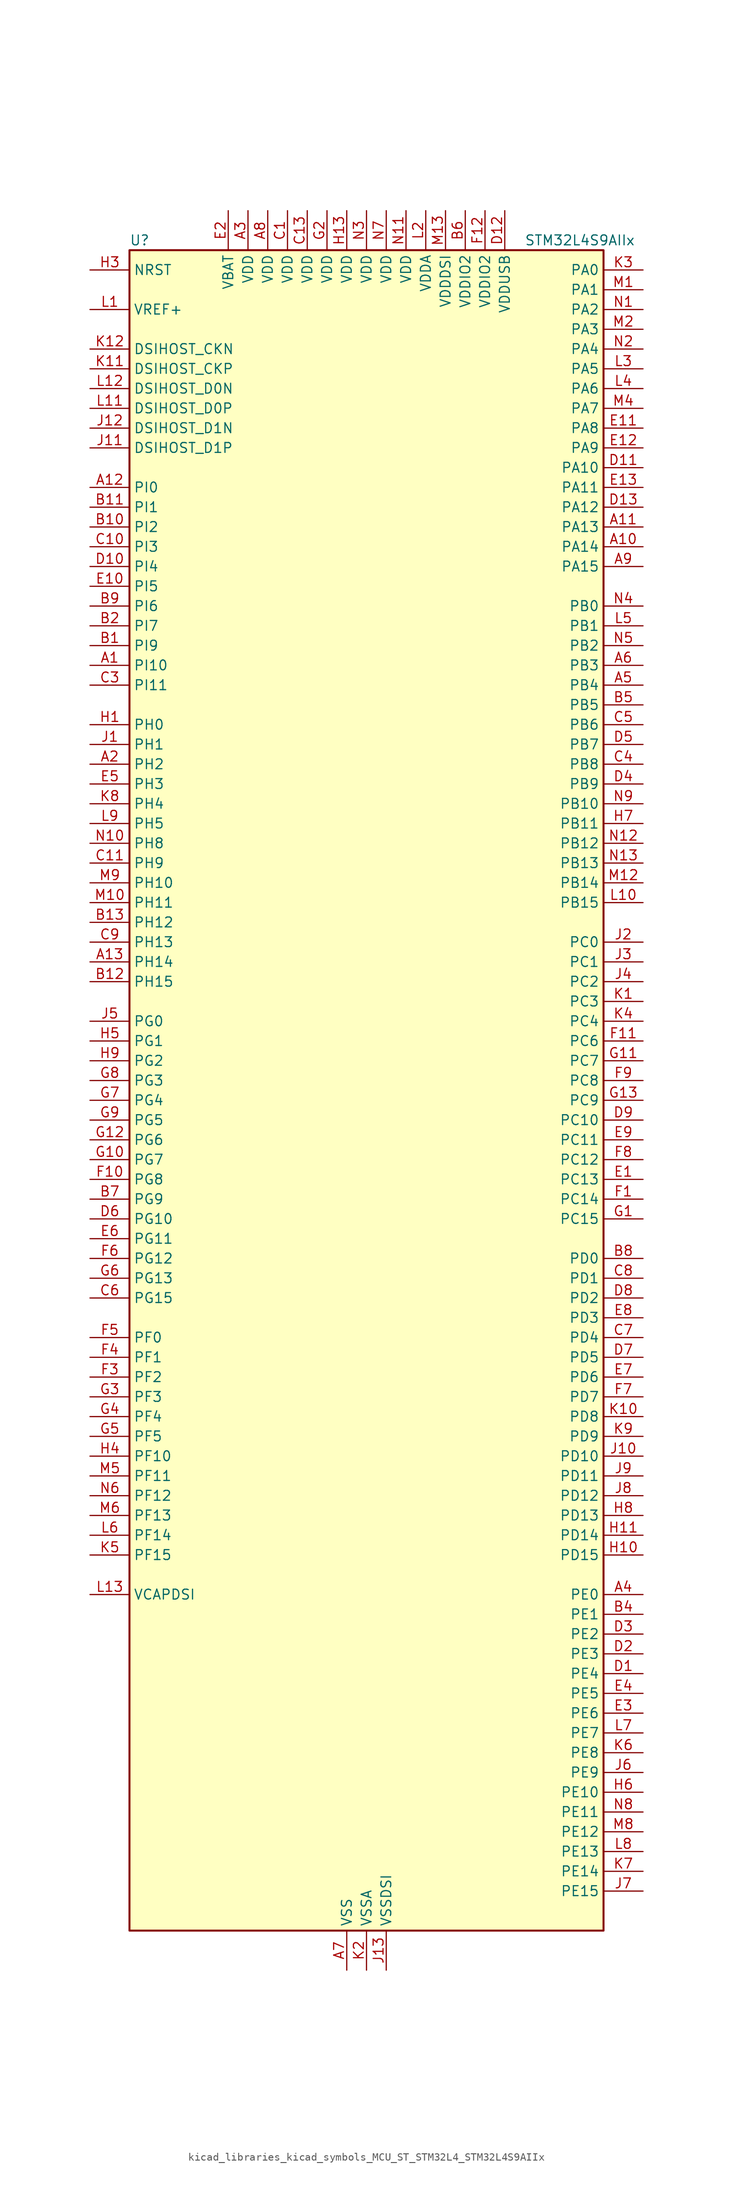
<source format=kicad_sym>
(kicad_symbol_lib
  (version 20220914)
  (generator kicad_symbol_editor)
  (symbol "kicad_libraries_kicad_symbols_MCU_ST_STM32L4_STM32L4S9AIIx"
    (property "Reference" "U"
      (at -30.48 110.49 0)
      (effects (font (size 1.27 1.27)) (justify left)))
    (property "Value" "STM32L4S9AIIx"
      (at 20.32 110.49 0)
      (effects (font (size 1.27 1.27)) (justify left)))
    (property "ki_locked" ""
      (at 0 0 0)
      (effects (font (size 1.27 1.27))))
    (symbol "kicad_libraries_kicad_symbols_MCU_ST_STM32L4_STM32L4S9AIIx_0_1"
      (rectangle (start -30.48 -106.68) (end 30.48 109.22) (stroke (width 0.254) (type default)) (fill (type background))))
    (symbol "kicad_libraries_kicad_symbols_MCU_ST_STM32L4_STM32L4S9AIIx_1_1"
      (pin bidirectional line (at -35.56 55.88 0) (length 5.08) (name "PI10" (effects (font (size 1.27 1.27)))) (number "A1" (effects (font (size 1.27 1.27)))) (alternate "OCTOSPIM_P2_IO1" bidirectional line))
      (pin bidirectional line (at 35.56 71.12 180) (length 5.08) (name "PA14" (effects (font (size 1.27 1.27)))) (number "A10" (effects (font (size 1.27 1.27)))) (alternate "I2C1_SMBA" bidirectional line) (alternate "I2C4_SMBA" bidirectional line) (alternate "LPTIM1_OUT" bidirectional line) (alternate "SAI1_FS_B" bidirectional line) (alternate "SYS_JTCK-SWCLK" bidirectional line) (alternate "USB_OTG_FS_SOF" bidirectional line))
      (pin bidirectional line (at 35.56 73.66 180) (length 5.08) (name "PA13" (effects (font (size 1.27 1.27)))) (number "A11" (effects (font (size 1.27 1.27)))) (alternate "IR_OUT" bidirectional line) (alternate "SAI1_SD_B" bidirectional line) (alternate "SYS_JTMS-SWDIO" bidirectional line) (alternate "USB_OTG_FS_NOE" bidirectional line))
      (pin bidirectional line (at -35.56 78.74 0) (length 5.08) (name "PI0" (effects (font (size 1.27 1.27)))) (number "A12" (effects (font (size 1.27 1.27)))) (alternate "DCMI_D13" bidirectional line) (alternate "OCTOSPIM_P1_IO5" bidirectional line) (alternate "SPI2_NSS" bidirectional line) (alternate "TIM5_CH4" bidirectional line))
      (pin bidirectional line (at -35.56 17.78 0) (length 5.08) (name "PH14" (effects (font (size 1.27 1.27)))) (number "A13" (effects (font (size 1.27 1.27)))) (alternate "DCMI_D4" bidirectional line) (alternate "TIM8_CH2N" bidirectional line))
      (pin bidirectional line (at -35.56 43.18 0) (length 5.08) (name "PH2" (effects (font (size 1.27 1.27)))) (number "A2" (effects (font (size 1.27 1.27)))) (alternate "OCTOSPIM_P1_IO4" bidirectional line))
      (pin power_in line (at -15.24 114.3 270) (length 5.08) (name "VDD" (effects (font (size 1.27 1.27)))) (number "A3" (effects (font (size 1.27 1.27)))))
      (pin bidirectional line (at 35.56 -63.5 180) (length 5.08) (name "PE0" (effects (font (size 1.27 1.27)))) (number "A4" (effects (font (size 1.27 1.27)))) (alternate "DCMI_D2" bidirectional line) (alternate "FMC_NBL0" bidirectional line) (alternate "LTDC_HSYNC" bidirectional line) (alternate "TIM16_CH1" bidirectional line) (alternate "TIM4_ETR" bidirectional line))
      (pin bidirectional line (at 35.56 53.34 180) (length 5.08) (name "PB4" (effects (font (size 1.27 1.27)))) (number "A5" (effects (font (size 1.27 1.27)))) (alternate "COMP2_INP" bidirectional line) (alternate "DCMI_D12" bidirectional line) (alternate "I2C3_SDA" bidirectional line) (alternate "SAI1_MCLK_B" bidirectional line) (alternate "SPI1_MISO" bidirectional line) (alternate "SPI3_MISO" bidirectional line) (alternate "SYS_JTRST" bidirectional line) (alternate "TIM17_BKIN" bidirectional line) (alternate "TIM3_CH1" bidirectional line) (alternate "TSC_G2_IO1" bidirectional line) (alternate "UART5_DE" bidirectional line) (alternate "UART5_RTS" bidirectional line) (alternate "USART1_CTS" bidirectional line) (alternate "USART1_NSS" bidirectional line))
      (pin bidirectional line (at 35.56 55.88 180) (length 5.08) (name "PB3" (effects (font (size 1.27 1.27)))) (number "A6" (effects (font (size 1.27 1.27)))) (alternate "COMP2_INM" bidirectional line) (alternate "CRS_SYNC" bidirectional line) (alternate "SAI1_SCK_B" bidirectional line) (alternate "SPI1_SCK" bidirectional line) (alternate "SPI3_SCK" bidirectional line) (alternate "SYS_JTDO-SWO" bidirectional line) (alternate "TIM2_CH2" bidirectional line) (alternate "USART1_DE" bidirectional line) (alternate "USART1_RTS" bidirectional line))
      (pin power_in line (at -2.54 -111.76 90) (length 5.08) (name "VSS" (effects (font (size 1.27 1.27)))) (number "A7" (effects (font (size 1.27 1.27)))))
      (pin power_in line (at -12.7 114.3 270) (length 5.08) (name "VDD" (effects (font (size 1.27 1.27)))) (number "A8" (effects (font (size 1.27 1.27)))))
      (pin bidirectional line (at 35.56 68.58 180) (length 5.08) (name "PA15" (effects (font (size 1.27 1.27)))) (number "A9" (effects (font (size 1.27 1.27)))) (alternate "ADC1_EXTI15" bidirectional line) (alternate "SAI2_FS_B" bidirectional line) (alternate "SPI1_NSS" bidirectional line) (alternate "SPI3_NSS" bidirectional line) (alternate "SYS_JTDI" bidirectional line) (alternate "TIM2_CH1" bidirectional line) (alternate "TIM2_ETR" bidirectional line) (alternate "TSC_G3_IO1" bidirectional line) (alternate "UART4_DE" bidirectional line) (alternate "UART4_RTS" bidirectional line) (alternate "USART2_RX" bidirectional line) (alternate "USART3_DE" bidirectional line) (alternate "USART3_RTS" bidirectional line))
      (pin bidirectional line (at -35.56 58.42 0) (length 5.08) (name "PI9" (effects (font (size 1.27 1.27)))) (number "B1" (effects (font (size 1.27 1.27)))) (alternate "CAN1_RX" bidirectional line) (alternate "DAC1_EXTI9" bidirectional line) (alternate "OCTOSPIM_P2_IO2" bidirectional line))
      (pin bidirectional line (at -35.56 73.66 0) (length 5.08) (name "PI2" (effects (font (size 1.27 1.27)))) (number "B10" (effects (font (size 1.27 1.27)))) (alternate "DCMI_D9" bidirectional line) (alternate "SPI2_MISO" bidirectional line) (alternate "TIM8_CH4" bidirectional line))
      (pin bidirectional line (at -35.56 76.2 0) (length 5.08) (name "PI1" (effects (font (size 1.27 1.27)))) (number "B11" (effects (font (size 1.27 1.27)))) (alternate "DCMI_D8" bidirectional line) (alternate "SPI2_SCK" bidirectional line))
      (pin bidirectional line (at -35.56 15.24 0) (length 5.08) (name "PH15" (effects (font (size 1.27 1.27)))) (number "B12" (effects (font (size 1.27 1.27)))) (alternate "ADC1_EXTI15" bidirectional line) (alternate "DCMI_D11" bidirectional line) (alternate "OCTOSPIM_P2_IO6" bidirectional line) (alternate "TIM8_CH3N" bidirectional line))
      (pin bidirectional line (at -35.56 22.86 0) (length 5.08) (name "PH12" (effects (font (size 1.27 1.27)))) (number "B13" (effects (font (size 1.27 1.27)))) (alternate "DCMI_D3" bidirectional line) (alternate "OCTOSPIM_P2_IO7" bidirectional line) (alternate "TIM5_CH3" bidirectional line))
      (pin bidirectional line (at -35.56 60.96 0) (length 5.08) (name "PI7" (effects (font (size 1.27 1.27)))) (number "B2" (effects (font (size 1.27 1.27)))) (alternate "DCMI_D7" bidirectional line) (alternate "TIM8_CH3" bidirectional line))
      (pin passive line (at -2.54 -111.76 90) (length 5.08) hide (name "VSS" (effects (font (size 1.27 1.27)))) (number "B3" (effects (font (size 1.27 1.27)))))
      (pin bidirectional line (at 35.56 -66.04 180) (length 5.08) (name "PE1" (effects (font (size 1.27 1.27)))) (number "B4" (effects (font (size 1.27 1.27)))) (alternate "DCMI_D3" bidirectional line) (alternate "FMC_NBL1" bidirectional line) (alternate "LTDC_VSYNC" bidirectional line) (alternate "TIM17_CH1" bidirectional line))
      (pin bidirectional line (at 35.56 50.8 180) (length 5.08) (name "PB5" (effects (font (size 1.27 1.27)))) (number "B5" (effects (font (size 1.27 1.27)))) (alternate "COMP2_OUT" bidirectional line) (alternate "DCMI_D10" bidirectional line) (alternate "I2C1_SMBA" bidirectional line) (alternate "LPTIM1_IN1" bidirectional line) (alternate "SAI1_SD_B" bidirectional line) (alternate "SPI1_MOSI" bidirectional line) (alternate "SPI3_MOSI" bidirectional line) (alternate "TIM16_BKIN" bidirectional line) (alternate "TIM3_CH2" bidirectional line) (alternate "TSC_G2_IO2" bidirectional line) (alternate "UART5_CTS" bidirectional line) (alternate "USART1_CK" bidirectional line))
      (pin power_in line (at 12.7 114.3 270) (length 5.08) (name "VDDIO2" (effects (font (size 1.27 1.27)))) (number "B6" (effects (font (size 1.27 1.27)))))
      (pin bidirectional line (at -35.56 -12.7 0) (length 5.08) (name "PG9" (effects (font (size 1.27 1.27)))) (number "B7" (effects (font (size 1.27 1.27)))) (alternate "DAC1_EXTI9" bidirectional line) (alternate "FMC_NCE" bidirectional line) (alternate "FMC_NE2" bidirectional line) (alternate "OCTOSPIM_P2_IO6" bidirectional line) (alternate "SAI2_SCK_A" bidirectional line) (alternate "SPI3_SCK" bidirectional line) (alternate "TIM15_CH1N" bidirectional line) (alternate "USART1_TX" bidirectional line))
      (pin bidirectional line (at 35.56 -20.32 180) (length 5.08) (name "PD0" (effects (font (size 1.27 1.27)))) (number "B8" (effects (font (size 1.27 1.27)))) (alternate "CAN1_RX" bidirectional line) (alternate "DFSDM1_DATIN7" bidirectional line) (alternate "FMC_D2" bidirectional line) (alternate "FMC_DA2" bidirectional line) (alternate "LTDC_B4" bidirectional line) (alternate "SPI2_NSS" bidirectional line))
      (pin bidirectional line (at -35.56 63.5 0) (length 5.08) (name "PI6" (effects (font (size 1.27 1.27)))) (number "B9" (effects (font (size 1.27 1.27)))) (alternate "DCMI_D6" bidirectional line) (alternate "OCTOSPIM_P2_CLK" bidirectional line) (alternate "TIM8_CH2" bidirectional line))
      (pin power_in line (at -10.16 114.3 270) (length 5.08) (name "VDD" (effects (font (size 1.27 1.27)))) (number "C1" (effects (font (size 1.27 1.27)))))
      (pin bidirectional line (at -35.56 71.12 0) (length 5.08) (name "PI3" (effects (font (size 1.27 1.27)))) (number "C10" (effects (font (size 1.27 1.27)))) (alternate "DCMI_D10" bidirectional line) (alternate "SPI2_MOSI" bidirectional line) (alternate "TIM8_ETR" bidirectional line))
      (pin bidirectional line (at -35.56 30.48 0) (length 5.08) (name "PH9" (effects (font (size 1.27 1.27)))) (number "C11" (effects (font (size 1.27 1.27)))) (alternate "DAC1_EXTI9" bidirectional line) (alternate "DCMI_D0" bidirectional line) (alternate "I2C3_SMBA" bidirectional line) (alternate "OCTOSPIM_P2_IO4" bidirectional line))
      (pin passive line (at -2.54 -111.76 90) (length 5.08) hide (name "VSS" (effects (font (size 1.27 1.27)))) (number "C12" (effects (font (size 1.27 1.27)))))
      (pin power_in line (at -7.62 114.3 270) (length 5.08) (name "VDD" (effects (font (size 1.27 1.27)))) (number "C13" (effects (font (size 1.27 1.27)))))
      (pin passive line (at -2.54 -111.76 90) (length 5.08) hide (name "VSS" (effects (font (size 1.27 1.27)))) (number "C2" (effects (font (size 1.27 1.27)))))
      (pin bidirectional line (at -35.56 53.34 0) (length 5.08) (name "PI11" (effects (font (size 1.27 1.27)))) (number "C3" (effects (font (size 1.27 1.27)))) (alternate "ADC1_EXTI11" bidirectional line) (alternate "OCTOSPIM_P2_IO0" bidirectional line))
      (pin bidirectional line (at 35.56 43.18 180) (length 5.08) (name "PB8" (effects (font (size 1.27 1.27)))) (number "C4" (effects (font (size 1.27 1.27)))) (alternate "CAN1_RX" bidirectional line) (alternate "DCMI_D6" bidirectional line) (alternate "DFSDM1_CKOUT" bidirectional line) (alternate "DFSDM1_DATIN6" bidirectional line) (alternate "I2C1_SCL" bidirectional line) (alternate "LTDC_B1" bidirectional line) (alternate "SAI1_CK1" bidirectional line) (alternate "SAI1_MCLK_A" bidirectional line) (alternate "SDMMC1_CKIN" bidirectional line) (alternate "SDMMC1_D4" bidirectional line) (alternate "TIM16_CH1" bidirectional line) (alternate "TIM4_CH3" bidirectional line))
      (pin bidirectional line (at 35.56 48.26 180) (length 5.08) (name "PB6" (effects (font (size 1.27 1.27)))) (number "C5" (effects (font (size 1.27 1.27)))) (alternate "COMP2_INP" bidirectional line) (alternate "DCMI_D5" bidirectional line) (alternate "DFSDM1_DATIN5" bidirectional line) (alternate "I2C1_SCL" bidirectional line) (alternate "I2C4_SCL" bidirectional line) (alternate "LPTIM1_ETR" bidirectional line) (alternate "SAI1_FS_B" bidirectional line) (alternate "TIM16_CH1N" bidirectional line) (alternate "TIM4_CH1" bidirectional line) (alternate "TIM8_BKIN2" bidirectional line) (alternate "TSC_G2_IO3" bidirectional line) (alternate "USART1_TX" bidirectional line))
      (pin bidirectional line (at -35.56 -25.4 0) (length 5.08) (name "PG15" (effects (font (size 1.27 1.27)))) (number "C6" (effects (font (size 1.27 1.27)))) (alternate "ADC1_EXTI15" bidirectional line) (alternate "DCMI_D13" bidirectional line) (alternate "I2C1_SMBA" bidirectional line) (alternate "LPTIM1_OUT" bidirectional line) (alternate "OCTOSPIM_P2_DQS" bidirectional line))
      (pin bidirectional line (at 35.56 -30.48 180) (length 5.08) (name "PD4" (effects (font (size 1.27 1.27)))) (number "C7" (effects (font (size 1.27 1.27)))) (alternate "DFSDM1_CKIN0" bidirectional line) (alternate "FMC_NOE" bidirectional line) (alternate "OCTOSPIM_P1_IO4" bidirectional line) (alternate "SPI2_MOSI" bidirectional line) (alternate "USART2_DE" bidirectional line) (alternate "USART2_RTS" bidirectional line))
      (pin bidirectional line (at 35.56 -22.86 180) (length 5.08) (name "PD1" (effects (font (size 1.27 1.27)))) (number "C8" (effects (font (size 1.27 1.27)))) (alternate "CAN1_TX" bidirectional line) (alternate "DFSDM1_CKIN7" bidirectional line) (alternate "FMC_D3" bidirectional line) (alternate "FMC_DA3" bidirectional line) (alternate "LTDC_B5" bidirectional line) (alternate "SPI2_SCK" bidirectional line))
      (pin bidirectional line (at -35.56 20.32 0) (length 5.08) (name "PH13" (effects (font (size 1.27 1.27)))) (number "C9" (effects (font (size 1.27 1.27)))) (alternate "CAN1_TX" bidirectional line) (alternate "TIM8_CH1N" bidirectional line))
      (pin bidirectional line (at 35.56 -73.66 180) (length 5.08) (name "PE4" (effects (font (size 1.27 1.27)))) (number "D1" (effects (font (size 1.27 1.27)))) (alternate "DCMI_D4" bidirectional line) (alternate "DFSDM1_DATIN3" bidirectional line) (alternate "FMC_A20" bidirectional line) (alternate "LTDC_B0" bidirectional line) (alternate "SAI1_D2" bidirectional line) (alternate "SAI1_FS_A" bidirectional line) (alternate "SYS_TRACED1" bidirectional line) (alternate "TIM3_CH2" bidirectional line) (alternate "TSC_G7_IO3" bidirectional line))
      (pin bidirectional line (at -35.56 68.58 0) (length 5.08) (name "PI4" (effects (font (size 1.27 1.27)))) (number "D10" (effects (font (size 1.27 1.27)))) (alternate "DCMI_D5" bidirectional line) (alternate "TIM8_BKIN" bidirectional line))
      (pin bidirectional line (at 35.56 81.28 180) (length 5.08) (name "PA10" (effects (font (size 1.27 1.27)))) (number "D11" (effects (font (size 1.27 1.27)))) (alternate "DCMI_D1" bidirectional line) (alternate "SAI1_D1" bidirectional line) (alternate "SAI1_SD_A" bidirectional line) (alternate "TIM17_BKIN" bidirectional line) (alternate "TIM1_CH3" bidirectional line) (alternate "USART1_RX" bidirectional line) (alternate "USB_OTG_FS_ID" bidirectional line))
      (pin power_in line (at 17.78 114.3 270) (length 5.08) (name "VDDUSB" (effects (font (size 1.27 1.27)))) (number "D12" (effects (font (size 1.27 1.27)))))
      (pin bidirectional line (at 35.56 76.2 180) (length 5.08) (name "PA12" (effects (font (size 1.27 1.27)))) (number "D13" (effects (font (size 1.27 1.27)))) (alternate "CAN1_TX" bidirectional line) (alternate "SPI1_MOSI" bidirectional line) (alternate "TIM1_ETR" bidirectional line) (alternate "USART1_DE" bidirectional line) (alternate "USART1_RTS" bidirectional line) (alternate "USB_OTG_FS_DP" bidirectional line))
      (pin bidirectional line (at 35.56 -71.12 180) (length 5.08) (name "PE3" (effects (font (size 1.27 1.27)))) (number "D2" (effects (font (size 1.27 1.27)))) (alternate "FMC_A19" bidirectional line) (alternate "LTDC_R1" bidirectional line) (alternate "OCTOSPIM_P1_DQS" bidirectional line) (alternate "SAI1_SD_B" bidirectional line) (alternate "SYS_TRACED0" bidirectional line) (alternate "TIM3_CH1" bidirectional line) (alternate "TSC_G7_IO2" bidirectional line))
      (pin bidirectional line (at 35.56 -68.58 180) (length 5.08) (name "PE2" (effects (font (size 1.27 1.27)))) (number "D3" (effects (font (size 1.27 1.27)))) (alternate "FMC_A23" bidirectional line) (alternate "LTDC_R0" bidirectional line) (alternate "SAI1_CK1" bidirectional line) (alternate "SAI1_MCLK_A" bidirectional line) (alternate "SYS_TRACECLK" bidirectional line) (alternate "TIM3_ETR" bidirectional line) (alternate "TSC_G7_IO1" bidirectional line))
      (pin bidirectional line (at 35.56 40.64 180) (length 5.08) (name "PB9" (effects (font (size 1.27 1.27)))) (number "D4" (effects (font (size 1.27 1.27)))) (alternate "CAN1_TX" bidirectional line) (alternate "DAC1_EXTI9" bidirectional line) (alternate "DCMI_D7" bidirectional line) (alternate "DFSDM1_CKIN6" bidirectional line) (alternate "I2C1_SDA" bidirectional line) (alternate "IR_OUT" bidirectional line) (alternate "SAI1_D2" bidirectional line) (alternate "SAI1_FS_A" bidirectional line) (alternate "SDMMC1_CDIR" bidirectional line) (alternate "SDMMC1_D5" bidirectional line) (alternate "SPI2_NSS" bidirectional line) (alternate "TIM17_CH1" bidirectional line) (alternate "TIM4_CH4" bidirectional line))
      (pin bidirectional line (at 35.56 45.72 180) (length 5.08) (name "PB7" (effects (font (size 1.27 1.27)))) (number "D5" (effects (font (size 1.27 1.27)))) (alternate "COMP2_INM" bidirectional line) (alternate "DCMI_VSYNC" bidirectional line) (alternate "DFSDM1_CKIN5" bidirectional line) (alternate "DSIHOST_TE" bidirectional line) (alternate "FMC_NL" bidirectional line) (alternate "I2C1_SDA" bidirectional line) (alternate "I2C4_SDA" bidirectional line) (alternate "LPTIM1_IN2" bidirectional line) (alternate "SYS_PVD_IN" bidirectional line) (alternate "TIM17_CH1N" bidirectional line) (alternate "TIM4_CH2" bidirectional line) (alternate "TIM8_BKIN" bidirectional line) (alternate "TSC_G2_IO4" bidirectional line) (alternate "UART4_CTS" bidirectional line) (alternate "USART1_RX" bidirectional line))
      (pin bidirectional line (at -35.56 -15.24 0) (length 5.08) (name "PG10" (effects (font (size 1.27 1.27)))) (number "D6" (effects (font (size 1.27 1.27)))) (alternate "FMC_NE3" bidirectional line) (alternate "LPTIM1_IN1" bidirectional line) (alternate "OCTOSPIM_P2_IO7" bidirectional line) (alternate "SAI2_FS_A" bidirectional line) (alternate "SPI3_MISO" bidirectional line) (alternate "TIM15_CH1" bidirectional line) (alternate "USART1_RX" bidirectional line))
      (pin bidirectional line (at 35.56 -33.02 180) (length 5.08) (name "PD5" (effects (font (size 1.27 1.27)))) (number "D7" (effects (font (size 1.27 1.27)))) (alternate "FMC_NWE" bidirectional line) (alternate "OCTOSPIM_P1_IO5" bidirectional line) (alternate "USART2_TX" bidirectional line))
      (pin bidirectional line (at 35.56 -25.4 180) (length 5.08) (name "PD2" (effects (font (size 1.27 1.27)))) (number "D8" (effects (font (size 1.27 1.27)))) (alternate "DCMI_D11" bidirectional line) (alternate "SDMMC1_CMD" bidirectional line) (alternate "SYS_TRACED2" bidirectional line) (alternate "TIM3_ETR" bidirectional line) (alternate "TSC_SYNC" bidirectional line) (alternate "UART5_RX" bidirectional line) (alternate "USART3_DE" bidirectional line) (alternate "USART3_RTS" bidirectional line))
      (pin bidirectional line (at 35.56 -2.54 180) (length 5.08) (name "PC10" (effects (font (size 1.27 1.27)))) (number "D9" (effects (font (size 1.27 1.27)))) (alternate "DCMI_D8" bidirectional line) (alternate "SAI2_SCK_B" bidirectional line) (alternate "SDMMC1_D2" bidirectional line) (alternate "SPI3_SCK" bidirectional line) (alternate "SYS_TRACED1" bidirectional line) (alternate "TSC_G3_IO2" bidirectional line) (alternate "UART4_TX" bidirectional line) (alternate "USART3_TX" bidirectional line))
      (pin bidirectional line (at 35.56 -10.16 180) (length 5.08) (name "PC13" (effects (font (size 1.27 1.27)))) (number "E1" (effects (font (size 1.27 1.27)))) (alternate "RTC_OUT_ALARM" bidirectional line) (alternate "RTC_OUT_CALIB" bidirectional line) (alternate "RTC_TAMP1" bidirectional line) (alternate "RTC_TS" bidirectional line) (alternate "SYS_WKUP2" bidirectional line))
      (pin bidirectional line (at -35.56 66.04 0) (length 5.08) (name "PI5" (effects (font (size 1.27 1.27)))) (number "E10" (effects (font (size 1.27 1.27)))) (alternate "DCMI_VSYNC" bidirectional line) (alternate "OCTOSPIM_P2_NCS" bidirectional line) (alternate "TIM8_CH1" bidirectional line))
      (pin bidirectional line (at 35.56 86.36 180) (length 5.08) (name "PA8" (effects (font (size 1.27 1.27)))) (number "E11" (effects (font (size 1.27 1.27)))) (alternate "LPTIM2_OUT" bidirectional line) (alternate "RCC_MCO" bidirectional line) (alternate "SAI1_CK2" bidirectional line) (alternate "SAI1_SCK_A" bidirectional line) (alternate "TIM1_CH1" bidirectional line) (alternate "USART1_CK" bidirectional line) (alternate "USB_OTG_FS_SOF" bidirectional line))
      (pin bidirectional line (at 35.56 83.82 180) (length 5.08) (name "PA9" (effects (font (size 1.27 1.27)))) (number "E12" (effects (font (size 1.27 1.27)))) (alternate "DAC1_EXTI9" bidirectional line) (alternate "DCMI_D0" bidirectional line) (alternate "SAI1_FS_A" bidirectional line) (alternate "SPI2_SCK" bidirectional line) (alternate "TIM15_BKIN" bidirectional line) (alternate "TIM1_CH2" bidirectional line) (alternate "USART1_TX" bidirectional line) (alternate "USB_OTG_FS_VBUS" bidirectional line))
      (pin bidirectional line (at 35.56 78.74 180) (length 5.08) (name "PA11" (effects (font (size 1.27 1.27)))) (number "E13" (effects (font (size 1.27 1.27)))) (alternate "ADC1_EXTI11" bidirectional line) (alternate "CAN1_RX" bidirectional line) (alternate "SPI1_MISO" bidirectional line) (alternate "TIM1_BKIN2" bidirectional line) (alternate "TIM1_CH4" bidirectional line) (alternate "USART1_CTS" bidirectional line) (alternate "USART1_NSS" bidirectional line) (alternate "USB_OTG_FS_DM" bidirectional line))
      (pin power_in line (at -17.78 114.3 270) (length 5.08) (name "VBAT" (effects (font (size 1.27 1.27)))) (number "E2" (effects (font (size 1.27 1.27)))))
      (pin bidirectional line (at 35.56 -78.74 180) (length 5.08) (name "PE6" (effects (font (size 1.27 1.27)))) (number "E3" (effects (font (size 1.27 1.27)))) (alternate "DCMI_D7" bidirectional line) (alternate "FMC_A22" bidirectional line) (alternate "LTDC_G1" bidirectional line) (alternate "RTC_TAMP3" bidirectional line) (alternate "SAI1_D1" bidirectional line) (alternate "SAI1_SD_A" bidirectional line) (alternate "SYS_TRACED3" bidirectional line) (alternate "SYS_WKUP3" bidirectional line) (alternate "TIM3_CH4" bidirectional line))
      (pin bidirectional line (at 35.56 -76.2 180) (length 5.08) (name "PE5" (effects (font (size 1.27 1.27)))) (number "E4" (effects (font (size 1.27 1.27)))) (alternate "DCMI_D6" bidirectional line) (alternate "DFSDM1_CKIN3" bidirectional line) (alternate "FMC_A21" bidirectional line) (alternate "LTDC_G0" bidirectional line) (alternate "SAI1_CK2" bidirectional line) (alternate "SAI1_SCK_A" bidirectional line) (alternate "SYS_TRACED2" bidirectional line) (alternate "TIM3_CH3" bidirectional line) (alternate "TSC_G7_IO4" bidirectional line))
      (pin bidirectional line (at -35.56 40.64 0) (length 5.08) (name "PH3" (effects (font (size 1.27 1.27)))) (number "E5" (effects (font (size 1.27 1.27)))))
      (pin bidirectional line (at -35.56 -17.78 0) (length 5.08) (name "PG11" (effects (font (size 1.27 1.27)))) (number "E6" (effects (font (size 1.27 1.27)))) (alternate "ADC1_EXTI11" bidirectional line) (alternate "LPTIM1_IN2" bidirectional line) (alternate "OCTOSPIM_P1_IO5" bidirectional line) (alternate "SAI2_MCLK_A" bidirectional line) (alternate "SPI3_MOSI" bidirectional line) (alternate "TIM15_CH2" bidirectional line) (alternate "USART1_CTS" bidirectional line) (alternate "USART1_NSS" bidirectional line))
      (pin bidirectional line (at 35.56 -35.56 180) (length 5.08) (name "PD6" (effects (font (size 1.27 1.27)))) (number "E7" (effects (font (size 1.27 1.27)))) (alternate "DCMI_D10" bidirectional line) (alternate "DFSDM1_DATIN1" bidirectional line) (alternate "FMC_NWAIT" bidirectional line) (alternate "LTDC_DE" bidirectional line) (alternate "OCTOSPIM_P1_IO6" bidirectional line) (alternate "SAI1_D1" bidirectional line) (alternate "SAI1_SD_A" bidirectional line) (alternate "SPI3_MOSI" bidirectional line) (alternate "USART2_RX" bidirectional line))
      (pin bidirectional line (at 35.56 -27.94 180) (length 5.08) (name "PD3" (effects (font (size 1.27 1.27)))) (number "E8" (effects (font (size 1.27 1.27)))) (alternate "DCMI_D5" bidirectional line) (alternate "DFSDM1_DATIN0" bidirectional line) (alternate "FMC_CLK" bidirectional line) (alternate "LTDC_CLK" bidirectional line) (alternate "OCTOSPIM_P2_NCS" bidirectional line) (alternate "SPI2_MISO" bidirectional line) (alternate "SPI2_SCK" bidirectional line) (alternate "USART2_CTS" bidirectional line) (alternate "USART2_NSS" bidirectional line))
      (pin bidirectional line (at 35.56 -5.08 180) (length 5.08) (name "PC11" (effects (font (size 1.27 1.27)))) (number "E9" (effects (font (size 1.27 1.27)))) (alternate "ADC1_EXTI11" bidirectional line) (alternate "DCMI_D2" bidirectional line) (alternate "DCMI_D4" bidirectional line) (alternate "OCTOSPIM_P1_NCS" bidirectional line) (alternate "SAI2_MCLK_B" bidirectional line) (alternate "SDMMC1_D3" bidirectional line) (alternate "SPI3_MISO" bidirectional line) (alternate "TSC_G3_IO3" bidirectional line) (alternate "UART4_RX" bidirectional line) (alternate "USART3_RX" bidirectional line))
      (pin bidirectional line (at 35.56 -12.7 180) (length 5.08) (name "PC14" (effects (font (size 1.27 1.27)))) (number "F1" (effects (font (size 1.27 1.27)))) (alternate "RCC_OSC32_IN" bidirectional line))
      (pin bidirectional line (at -35.56 -10.16 0) (length 5.08) (name "PG8" (effects (font (size 1.27 1.27)))) (number "F10" (effects (font (size 1.27 1.27)))) (alternate "I2C3_SDA" bidirectional line) (alternate "LPUART1_RX" bidirectional line))
      (pin bidirectional line (at 35.56 7.62 180) (length 5.08) (name "PC6" (effects (font (size 1.27 1.27)))) (number "F11" (effects (font (size 1.27 1.27)))) (alternate "DCMI_D0" bidirectional line) (alternate "DFSDM1_CKIN3" bidirectional line) (alternate "LTDC_R0" bidirectional line) (alternate "SAI2_MCLK_A" bidirectional line) (alternate "SDMMC1_D0DIR" bidirectional line) (alternate "SDMMC1_D6" bidirectional line) (alternate "TIM3_CH1" bidirectional line) (alternate "TIM8_CH1" bidirectional line) (alternate "TSC_G4_IO1" bidirectional line))
      (pin power_in line (at 15.24 114.3 270) (length 5.08) (name "VDDIO2" (effects (font (size 1.27 1.27)))) (number "F12" (effects (font (size 1.27 1.27)))))
      (pin passive line (at -2.54 -111.76 90) (length 5.08) hide (name "VSS" (effects (font (size 1.27 1.27)))) (number "F13" (effects (font (size 1.27 1.27)))))
      (pin passive line (at -2.54 -111.76 90) (length 5.08) hide (name "VSS" (effects (font (size 1.27 1.27)))) (number "F2" (effects (font (size 1.27 1.27)))))
      (pin bidirectional line (at -35.56 -35.56 0) (length 5.08) (name "PF2" (effects (font (size 1.27 1.27)))) (number "F3" (effects (font (size 1.27 1.27)))) (alternate "FMC_A2" bidirectional line) (alternate "I2C2_SMBA" bidirectional line) (alternate "OCTOSPIM_P2_IO2" bidirectional line))
      (pin bidirectional line (at -35.56 -33.02 0) (length 5.08) (name "PF1" (effects (font (size 1.27 1.27)))) (number "F4" (effects (font (size 1.27 1.27)))) (alternate "FMC_A1" bidirectional line) (alternate "I2C2_SCL" bidirectional line) (alternate "OCTOSPIM_P2_IO1" bidirectional line))
      (pin bidirectional line (at -35.56 -30.48 0) (length 5.08) (name "PF0" (effects (font (size 1.27 1.27)))) (number "F5" (effects (font (size 1.27 1.27)))) (alternate "FMC_A0" bidirectional line) (alternate "I2C2_SDA" bidirectional line) (alternate "OCTOSPIM_P2_IO0" bidirectional line))
      (pin bidirectional line (at -35.56 -20.32 0) (length 5.08) (name "PG12" (effects (font (size 1.27 1.27)))) (number "F6" (effects (font (size 1.27 1.27)))) (alternate "FMC_NE4" bidirectional line) (alternate "LPTIM1_ETR" bidirectional line) (alternate "OCTOSPIM_P2_NCS" bidirectional line) (alternate "SAI2_SD_A" bidirectional line) (alternate "SPI3_NSS" bidirectional line) (alternate "USART1_DE" bidirectional line) (alternate "USART1_RTS" bidirectional line))
      (pin bidirectional line (at 35.56 -38.1 180) (length 5.08) (name "PD7" (effects (font (size 1.27 1.27)))) (number "F7" (effects (font (size 1.27 1.27)))) (alternate "DFSDM1_CKIN1" bidirectional line) (alternate "FMC_NCE" bidirectional line) (alternate "FMC_NE1" bidirectional line) (alternate "OCTOSPIM_P1_IO7" bidirectional line) (alternate "USART2_CK" bidirectional line))
      (pin bidirectional line (at 35.56 -7.62 180) (length 5.08) (name "PC12" (effects (font (size 1.27 1.27)))) (number "F8" (effects (font (size 1.27 1.27)))) (alternate "DCMI_D9" bidirectional line) (alternate "SAI2_SD_B" bidirectional line) (alternate "SDMMC1_CK" bidirectional line) (alternate "SPI3_MOSI" bidirectional line) (alternate "SYS_TRACED3" bidirectional line) (alternate "TSC_G3_IO4" bidirectional line) (alternate "UART5_TX" bidirectional line) (alternate "USART3_CK" bidirectional line))
      (pin bidirectional line (at 35.56 2.54 180) (length 5.08) (name "PC8" (effects (font (size 1.27 1.27)))) (number "F9" (effects (font (size 1.27 1.27)))) (alternate "DCMI_D2" bidirectional line) (alternate "SDMMC1_D0" bidirectional line) (alternate "TIM3_CH3" bidirectional line) (alternate "TIM8_CH3" bidirectional line) (alternate "TSC_G4_IO3" bidirectional line))
      (pin bidirectional line (at 35.56 -15.24 180) (length 5.08) (name "PC15" (effects (font (size 1.27 1.27)))) (number "G1" (effects (font (size 1.27 1.27)))) (alternate "ADC1_EXTI15" bidirectional line) (alternate "RCC_OSC32_OUT" bidirectional line))
      (pin bidirectional line (at -35.56 -7.62 0) (length 5.08) (name "PG7" (effects (font (size 1.27 1.27)))) (number "G10" (effects (font (size 1.27 1.27)))) (alternate "DFSDM1_CKOUT" bidirectional line) (alternate "FMC_INT" bidirectional line) (alternate "I2C3_SCL" bidirectional line) (alternate "LPUART1_TX" bidirectional line) (alternate "OCTOSPIM_P2_DQS" bidirectional line) (alternate "SAI1_CK1" bidirectional line) (alternate "SAI1_MCLK_A" bidirectional line))
      (pin bidirectional line (at 35.56 5.08 180) (length 5.08) (name "PC7" (effects (font (size 1.27 1.27)))) (number "G11" (effects (font (size 1.27 1.27)))) (alternate "DCMI_D1" bidirectional line) (alternate "DFSDM1_DATIN3" bidirectional line) (alternate "LTDC_R1" bidirectional line) (alternate "SAI2_MCLK_B" bidirectional line) (alternate "SDMMC1_D123DIR" bidirectional line) (alternate "SDMMC1_D7" bidirectional line) (alternate "TIM3_CH2" bidirectional line) (alternate "TIM8_CH2" bidirectional line) (alternate "TSC_G4_IO2" bidirectional line))
      (pin bidirectional line (at -35.56 -5.08 0) (length 5.08) (name "PG6" (effects (font (size 1.27 1.27)))) (number "G12" (effects (font (size 1.27 1.27)))) (alternate "DSIHOST_TE" bidirectional line) (alternate "I2C3_SMBA" bidirectional line) (alternate "LPUART1_DE" bidirectional line) (alternate "LPUART1_RTS" bidirectional line) (alternate "LTDC_R1" bidirectional line) (alternate "OCTOSPIM_P1_DQS" bidirectional line))
      (pin bidirectional line (at 35.56 0 180) (length 5.08) (name "PC9" (effects (font (size 1.27 1.27)))) (number "G13" (effects (font (size 1.27 1.27)))) (alternate "DAC1_EXTI9" bidirectional line) (alternate "DCMI_D3" bidirectional line) (alternate "I2C3_SDA" bidirectional line) (alternate "SAI2_EXTCLK" bidirectional line) (alternate "SDMMC1_D1" bidirectional line) (alternate "SYS_TRACED0" bidirectional line) (alternate "TIM3_CH4" bidirectional line) (alternate "TIM8_BKIN2" bidirectional line) (alternate "TIM8_CH4" bidirectional line) (alternate "TSC_G4_IO4" bidirectional line) (alternate "USB_OTG_FS_NOE" bidirectional line))
      (pin power_in line (at -5.08 114.3 270) (length 5.08) (name "VDD" (effects (font (size 1.27 1.27)))) (number "G2" (effects (font (size 1.27 1.27)))))
      (pin bidirectional line (at -35.56 -38.1 0) (length 5.08) (name "PF3" (effects (font (size 1.27 1.27)))) (number "G3" (effects (font (size 1.27 1.27)))) (alternate "FMC_A3" bidirectional line) (alternate "OCTOSPIM_P2_IO3" bidirectional line))
      (pin bidirectional line (at -35.56 -40.64 0) (length 5.08) (name "PF4" (effects (font (size 1.27 1.27)))) (number "G4" (effects (font (size 1.27 1.27)))) (alternate "FMC_A4" bidirectional line) (alternate "OCTOSPIM_P2_CLK" bidirectional line))
      (pin bidirectional line (at -35.56 -43.18 0) (length 5.08) (name "PF5" (effects (font (size 1.27 1.27)))) (number "G5" (effects (font (size 1.27 1.27)))) (alternate "FMC_A5" bidirectional line))
      (pin bidirectional line (at -35.56 -22.86 0) (length 5.08) (name "PG13" (effects (font (size 1.27 1.27)))) (number "G6" (effects (font (size 1.27 1.27)))) (alternate "FMC_A24" bidirectional line) (alternate "I2C1_SDA" bidirectional line) (alternate "LTDC_R0" bidirectional line) (alternate "USART1_CK" bidirectional line))
      (pin bidirectional line (at -35.56 0 0) (length 5.08) (name "PG4" (effects (font (size 1.27 1.27)))) (number "G7" (effects (font (size 1.27 1.27)))) (alternate "FMC_A14" bidirectional line) (alternate "SAI2_MCLK_B" bidirectional line) (alternate "SPI1_MOSI" bidirectional line))
      (pin bidirectional line (at -35.56 2.54 0) (length 5.08) (name "PG3" (effects (font (size 1.27 1.27)))) (number "G8" (effects (font (size 1.27 1.27)))) (alternate "FMC_A13" bidirectional line) (alternate "SAI2_FS_B" bidirectional line) (alternate "SPI1_MISO" bidirectional line))
      (pin bidirectional line (at -35.56 -2.54 0) (length 5.08) (name "PG5" (effects (font (size 1.27 1.27)))) (number "G9" (effects (font (size 1.27 1.27)))) (alternate "FMC_A15" bidirectional line) (alternate "LPUART1_CTS" bidirectional line) (alternate "SAI2_SD_B" bidirectional line) (alternate "SPI1_NSS" bidirectional line))
      (pin bidirectional line (at -35.56 48.26 0) (length 5.08) (name "PH0" (effects (font (size 1.27 1.27)))) (number "H1" (effects (font (size 1.27 1.27)))) (alternate "RCC_OSC_IN" bidirectional line))
      (pin bidirectional line (at 35.56 -58.42 180) (length 5.08) (name "PD15" (effects (font (size 1.27 1.27)))) (number "H10" (effects (font (size 1.27 1.27)))) (alternate "ADC1_EXTI15" bidirectional line) (alternate "FMC_D1" bidirectional line) (alternate "FMC_DA1" bidirectional line) (alternate "LTDC_B3" bidirectional line) (alternate "TIM4_CH4" bidirectional line))
      (pin bidirectional line (at 35.56 -55.88 180) (length 5.08) (name "PD14" (effects (font (size 1.27 1.27)))) (number "H11" (effects (font (size 1.27 1.27)))) (alternate "FMC_D0" bidirectional line) (alternate "FMC_DA0" bidirectional line) (alternate "LTDC_B2" bidirectional line) (alternate "TIM4_CH3" bidirectional line))
      (pin passive line (at -2.54 -111.76 90) (length 5.08) hide (name "VSS" (effects (font (size 1.27 1.27)))) (number "H12" (effects (font (size 1.27 1.27)))))
      (pin power_in line (at -2.54 114.3 270) (length 5.08) (name "VDD" (effects (font (size 1.27 1.27)))) (number "H13" (effects (font (size 1.27 1.27)))))
      (pin passive line (at -2.54 -111.76 90) (length 5.08) hide (name "VSS" (effects (font (size 1.27 1.27)))) (number "H2" (effects (font (size 1.27 1.27)))))
      (pin input line (at -35.56 106.68 0) (length 5.08) (name "NRST" (effects (font (size 1.27 1.27)))) (number "H3" (effects (font (size 1.27 1.27)))))
      (pin bidirectional line (at -35.56 -45.72 0) (length 5.08) (name "PF10" (effects (font (size 1.27 1.27)))) (number "H4" (effects (font (size 1.27 1.27)))) (alternate "DCMI_D11" bidirectional line) (alternate "DFSDM1_CKOUT" bidirectional line) (alternate "OCTOSPIM_P1_CLK" bidirectional line) (alternate "SAI1_D3" bidirectional line) (alternate "TIM15_CH2" bidirectional line))
      (pin bidirectional line (at -35.56 7.62 0) (length 5.08) (name "PG1" (effects (font (size 1.27 1.27)))) (number "H5" (effects (font (size 1.27 1.27)))) (alternate "FMC_A11" bidirectional line) (alternate "OCTOSPIM_P2_IO5" bidirectional line) (alternate "TSC_G8_IO4" bidirectional line))
      (pin bidirectional line (at 35.56 -88.9 180) (length 5.08) (name "PE10" (effects (font (size 1.27 1.27)))) (number "H6" (effects (font (size 1.27 1.27)))) (alternate "DFSDM1_DATIN4" bidirectional line) (alternate "FMC_D7" bidirectional line) (alternate "FMC_DA7" bidirectional line) (alternate "LTDC_G3" bidirectional line) (alternate "OCTOSPIM_P1_CLK" bidirectional line) (alternate "SAI1_MCLK_B" bidirectional line) (alternate "TIM1_CH2N" bidirectional line) (alternate "TSC_G5_IO1" bidirectional line))
      (pin bidirectional line (at 35.56 35.56 180) (length 5.08) (name "PB11" (effects (font (size 1.27 1.27)))) (number "H7" (effects (font (size 1.27 1.27)))) (alternate "ADC1_EXTI11" bidirectional line) (alternate "COMP2_OUT" bidirectional line) (alternate "DFSDM1_CKIN7" bidirectional line) (alternate "DSIHOST_TE" bidirectional line) (alternate "I2C2_SDA" bidirectional line) (alternate "I2C4_SDA" bidirectional line) (alternate "LPUART1_TX" bidirectional line) (alternate "OCTOSPIM_P1_NCS" bidirectional line) (alternate "TIM2_CH4" bidirectional line) (alternate "USART3_RX" bidirectional line))
      (pin bidirectional line (at 35.56 -53.34 180) (length 5.08) (name "PD13" (effects (font (size 1.27 1.27)))) (number "H8" (effects (font (size 1.27 1.27)))) (alternate "FMC_A18" bidirectional line) (alternate "I2C4_SDA" bidirectional line) (alternate "LPTIM2_OUT" bidirectional line) (alternate "TIM4_CH2" bidirectional line) (alternate "TSC_G6_IO4" bidirectional line))
      (pin bidirectional line (at -35.56 5.08 0) (length 5.08) (name "PG2" (effects (font (size 1.27 1.27)))) (number "H9" (effects (font (size 1.27 1.27)))) (alternate "FMC_A12" bidirectional line) (alternate "SAI2_SCK_B" bidirectional line) (alternate "SPI1_SCK" bidirectional line))
      (pin bidirectional line (at -35.56 45.72 0) (length 5.08) (name "PH1" (effects (font (size 1.27 1.27)))) (number "J1" (effects (font (size 1.27 1.27)))) (alternate "RCC_OSC_OUT" bidirectional line))
      (pin bidirectional line (at 35.56 -45.72 180) (length 5.08) (name "PD10" (effects (font (size 1.27 1.27)))) (number "J10" (effects (font (size 1.27 1.27)))) (alternate "FMC_D15" bidirectional line) (alternate "FMC_DA15" bidirectional line) (alternate "LTDC_R5" bidirectional line) (alternate "SAI2_SCK_A" bidirectional line) (alternate "TSC_G6_IO1" bidirectional line) (alternate "USART3_CK" bidirectional line))
      (pin bidirectional line (at -35.56 83.82 0) (length 5.08) (name "DSIHOST_D1P" (effects (font (size 1.27 1.27)))) (number "J11" (effects (font (size 1.27 1.27)))) (alternate "DSIHOST_D1P" bidirectional line))
      (pin bidirectional line (at -35.56 86.36 0) (length 5.08) (name "DSIHOST_D1N" (effects (font (size 1.27 1.27)))) (number "J12" (effects (font (size 1.27 1.27)))) (alternate "DSIHOST_D1N" bidirectional line))
      (pin power_in line (at 2.54 -111.76 90) (length 5.08) (name "VSSDSI" (effects (font (size 1.27 1.27)))) (number "J13" (effects (font (size 1.27 1.27)))))
      (pin bidirectional line (at 35.56 20.32 180) (length 5.08) (name "PC0" (effects (font (size 1.27 1.27)))) (number "J2" (effects (font (size 1.27 1.27)))) (alternate "ADC1_IN1" bidirectional line) (alternate "DFSDM1_DATIN4" bidirectional line) (alternate "I2C3_SCL" bidirectional line) (alternate "LPTIM1_IN1" bidirectional line) (alternate "LPTIM2_IN1" bidirectional line) (alternate "LPUART1_RX" bidirectional line) (alternate "SAI2_FS_A" bidirectional line))
      (pin bidirectional line (at 35.56 17.78 180) (length 5.08) (name "PC1" (effects (font (size 1.27 1.27)))) (number "J3" (effects (font (size 1.27 1.27)))) (alternate "ADC1_IN2" bidirectional line) (alternate "DFSDM1_CKIN4" bidirectional line) (alternate "I2C3_SDA" bidirectional line) (alternate "LPTIM1_OUT" bidirectional line) (alternate "LPUART1_TX" bidirectional line) (alternate "OCTOSPIM_P1_IO4" bidirectional line) (alternate "SAI1_SD_A" bidirectional line) (alternate "SPI2_MOSI" bidirectional line) (alternate "SYS_TRACED0" bidirectional line))
      (pin bidirectional line (at 35.56 15.24 180) (length 5.08) (name "PC2" (effects (font (size 1.27 1.27)))) (number "J4" (effects (font (size 1.27 1.27)))) (alternate "ADC1_IN3" bidirectional line) (alternate "DFSDM1_CKOUT" bidirectional line) (alternate "LPTIM1_IN2" bidirectional line) (alternate "OCTOSPIM_P1_IO5" bidirectional line) (alternate "SPI2_MISO" bidirectional line))
      (pin bidirectional line (at -35.56 10.16 0) (length 5.08) (name "PG0" (effects (font (size 1.27 1.27)))) (number "J5" (effects (font (size 1.27 1.27)))) (alternate "FMC_A10" bidirectional line) (alternate "OCTOSPIM_P2_IO4" bidirectional line) (alternate "TSC_G8_IO3" bidirectional line))
      (pin bidirectional line (at 35.56 -86.36 180) (length 5.08) (name "PE9" (effects (font (size 1.27 1.27)))) (number "J6" (effects (font (size 1.27 1.27)))) (alternate "DAC1_EXTI9" bidirectional line) (alternate "DFSDM1_CKOUT" bidirectional line) (alternate "FMC_D6" bidirectional line) (alternate "FMC_DA6" bidirectional line) (alternate "LTDC_G2" bidirectional line) (alternate "SAI1_FS_B" bidirectional line) (alternate "TIM1_CH1" bidirectional line))
      (pin bidirectional line (at 35.56 -101.6 180) (length 5.08) (name "PE15" (effects (font (size 1.27 1.27)))) (number "J7" (effects (font (size 1.27 1.27)))) (alternate "ADC1_EXTI15" bidirectional line) (alternate "FMC_D12" bidirectional line) (alternate "FMC_DA12" bidirectional line) (alternate "LTDC_R2" bidirectional line) (alternate "OCTOSPIM_P1_IO3" bidirectional line) (alternate "SPI1_MOSI" bidirectional line) (alternate "TIM1_BKIN" bidirectional line))
      (pin bidirectional line (at 35.56 -50.8 180) (length 5.08) (name "PD12" (effects (font (size 1.27 1.27)))) (number "J8" (effects (font (size 1.27 1.27)))) (alternate "FMC_A17" bidirectional line) (alternate "FMC_ALE" bidirectional line) (alternate "I2C4_SCL" bidirectional line) (alternate "LPTIM2_IN1" bidirectional line) (alternate "LTDC_R7" bidirectional line) (alternate "SAI2_FS_A" bidirectional line) (alternate "TIM4_CH1" bidirectional line) (alternate "TSC_G6_IO3" bidirectional line) (alternate "USART3_DE" bidirectional line) (alternate "USART3_RTS" bidirectional line))
      (pin bidirectional line (at 35.56 -48.26 180) (length 5.08) (name "PD11" (effects (font (size 1.27 1.27)))) (number "J9" (effects (font (size 1.27 1.27)))) (alternate "ADC1_EXTI11" bidirectional line) (alternate "FMC_A16" bidirectional line) (alternate "FMC_CLE" bidirectional line) (alternate "I2C4_SMBA" bidirectional line) (alternate "LPTIM2_ETR" bidirectional line) (alternate "LTDC_R6" bidirectional line) (alternate "SAI2_SD_A" bidirectional line) (alternate "TSC_G6_IO2" bidirectional line) (alternate "USART3_CTS" bidirectional line) (alternate "USART3_NSS" bidirectional line))
      (pin bidirectional line (at 35.56 12.7 180) (length 5.08) (name "PC3" (effects (font (size 1.27 1.27)))) (number "K1" (effects (font (size 1.27 1.27)))) (alternate "ADC1_IN4" bidirectional line) (alternate "LPTIM1_ETR" bidirectional line) (alternate "LPTIM2_ETR" bidirectional line) (alternate "OCTOSPIM_P1_IO6" bidirectional line) (alternate "SAI1_D1" bidirectional line) (alternate "SAI1_SD_A" bidirectional line) (alternate "SPI2_MOSI" bidirectional line))
      (pin bidirectional line (at 35.56 -40.64 180) (length 5.08) (name "PD8" (effects (font (size 1.27 1.27)))) (number "K10" (effects (font (size 1.27 1.27)))) (alternate "DCMI_HSYNC" bidirectional line) (alternate "FMC_D13" bidirectional line) (alternate "FMC_DA13" bidirectional line) (alternate "LTDC_R3" bidirectional line) (alternate "USART3_TX" bidirectional line))
      (pin bidirectional line (at -35.56 93.98 0) (length 5.08) (name "DSIHOST_CKP" (effects (font (size 1.27 1.27)))) (number "K11" (effects (font (size 1.27 1.27)))) (alternate "DSIHOST_CKP" bidirectional line))
      (pin bidirectional line (at -35.56 96.52 0) (length 5.08) (name "DSIHOST_CKN" (effects (font (size 1.27 1.27)))) (number "K12" (effects (font (size 1.27 1.27)))) (alternate "DSIHOST_CKN" bidirectional line))
      (pin passive line (at 2.54 -111.76 90) (length 5.08) hide (name "VSSDSI" (effects (font (size 1.27 1.27)))) (number "K13" (effects (font (size 1.27 1.27)))))
      (pin power_in line (at 0 -111.76 90) (length 5.08) (name "VSSA" (effects (font (size 1.27 1.27)))) (number "K2" (effects (font (size 1.27 1.27)))))
      (pin bidirectional line (at 35.56 106.68 180) (length 5.08) (name "PA0" (effects (font (size 1.27 1.27)))) (number "K3" (effects (font (size 1.27 1.27)))) (alternate "ADC1_IN5" bidirectional line) (alternate "OPAMP1_VINP" bidirectional line) (alternate "RTC_TAMP2" bidirectional line) (alternate "SAI1_EXTCLK" bidirectional line) (alternate "SYS_WKUP1" bidirectional line) (alternate "TIM2_CH1" bidirectional line) (alternate "TIM2_ETR" bidirectional line) (alternate "TIM5_CH1" bidirectional line) (alternate "TIM8_ETR" bidirectional line) (alternate "UART4_TX" bidirectional line) (alternate "USART2_CTS" bidirectional line) (alternate "USART2_NSS" bidirectional line))
      (pin bidirectional line (at 35.56 10.16 180) (length 5.08) (name "PC4" (effects (font (size 1.27 1.27)))) (number "K4" (effects (font (size 1.27 1.27)))) (alternate "ADC1_IN13" bidirectional line) (alternate "COMP1_INM" bidirectional line) (alternate "OCTOSPIM_P1_IO7" bidirectional line) (alternate "USART3_TX" bidirectional line))
      (pin bidirectional line (at -35.56 -58.42 0) (length 5.08) (name "PF15" (effects (font (size 1.27 1.27)))) (number "K5" (effects (font (size 1.27 1.27)))) (alternate "ADC1_EXTI15" bidirectional line) (alternate "FMC_A9" bidirectional line) (alternate "I2C4_SDA" bidirectional line) (alternate "LTDC_G1" bidirectional line) (alternate "TSC_G8_IO2" bidirectional line))
      (pin bidirectional line (at 35.56 -83.82 180) (length 5.08) (name "PE8" (effects (font (size 1.27 1.27)))) (number "K6" (effects (font (size 1.27 1.27)))) (alternate "DFSDM1_CKIN2" bidirectional line) (alternate "FMC_D5" bidirectional line) (alternate "FMC_DA5" bidirectional line) (alternate "LTDC_B7" bidirectional line) (alternate "SAI1_SCK_B" bidirectional line) (alternate "TIM1_CH1N" bidirectional line))
      (pin bidirectional line (at 35.56 -99.06 180) (length 5.08) (name "PE14" (effects (font (size 1.27 1.27)))) (number "K7" (effects (font (size 1.27 1.27)))) (alternate "FMC_D11" bidirectional line) (alternate "FMC_DA11" bidirectional line) (alternate "LTDC_G7" bidirectional line) (alternate "OCTOSPIM_P1_IO2" bidirectional line) (alternate "SPI1_MISO" bidirectional line) (alternate "TIM1_BKIN2" bidirectional line) (alternate "TIM1_CH4" bidirectional line))
      (pin bidirectional line (at -35.56 38.1 0) (length 5.08) (name "PH4" (effects (font (size 1.27 1.27)))) (number "K8" (effects (font (size 1.27 1.27)))) (alternate "I2C2_SCL" bidirectional line) (alternate "OCTOSPIM_P2_DQS" bidirectional line))
      (pin bidirectional line (at 35.56 -43.18 180) (length 5.08) (name "PD9" (effects (font (size 1.27 1.27)))) (number "K9" (effects (font (size 1.27 1.27)))) (alternate "DAC1_EXTI9" bidirectional line) (alternate "DCMI_PIXCLK" bidirectional line) (alternate "FMC_D14" bidirectional line) (alternate "FMC_DA14" bidirectional line) (alternate "LTDC_R4" bidirectional line) (alternate "SAI2_MCLK_A" bidirectional line) (alternate "USART3_RX" bidirectional line))
      (pin input line (at -35.56 101.6 0) (length 5.08) (name "VREF+" (effects (font (size 1.27 1.27)))) (number "L1" (effects (font (size 1.27 1.27)))) (alternate "VREFBUF_OUT" bidirectional line))
      (pin bidirectional line (at 35.56 25.4 180) (length 5.08) (name "PB15" (effects (font (size 1.27 1.27)))) (number "L10" (effects (font (size 1.27 1.27)))) (alternate "ADC1_EXTI15" bidirectional line) (alternate "DFSDM1_CKIN2" bidirectional line) (alternate "RTC_REFIN" bidirectional line) (alternate "SAI2_SD_A" bidirectional line) (alternate "SPI2_MOSI" bidirectional line) (alternate "TIM15_CH2" bidirectional line) (alternate "TIM1_CH3N" bidirectional line) (alternate "TIM8_CH3N" bidirectional line) (alternate "TSC_G1_IO4" bidirectional line))
      (pin bidirectional line (at -35.56 88.9 0) (length 5.08) (name "DSIHOST_D0P" (effects (font (size 1.27 1.27)))) (number "L11" (effects (font (size 1.27 1.27)))) (alternate "DSIHOST_D0P" bidirectional line))
      (pin bidirectional line (at -35.56 91.44 0) (length 5.08) (name "DSIHOST_D0N" (effects (font (size 1.27 1.27)))) (number "L12" (effects (font (size 1.27 1.27)))) (alternate "DSIHOST_D0N" bidirectional line))
      (pin power_out line (at -35.56 -63.5 0) (length 5.08) (name "VCAPDSI" (effects (font (size 1.27 1.27)))) (number "L13" (effects (font (size 1.27 1.27)))))
      (pin power_in line (at 7.62 114.3 270) (length 5.08) (name "VDDA" (effects (font (size 1.27 1.27)))) (number "L2" (effects (font (size 1.27 1.27)))))
      (pin bidirectional line (at 35.56 93.98 180) (length 5.08) (name "PA5" (effects (font (size 1.27 1.27)))) (number "L3" (effects (font (size 1.27 1.27)))) (alternate "ADC1_IN10" bidirectional line) (alternate "DAC1_OUT2" bidirectional line) (alternate "LPTIM2_ETR" bidirectional line) (alternate "SPI1_SCK" bidirectional line) (alternate "TIM2_CH1" bidirectional line) (alternate "TIM2_ETR" bidirectional line) (alternate "TIM8_CH1N" bidirectional line))
      (pin bidirectional line (at 35.56 91.44 180) (length 5.08) (name "PA6" (effects (font (size 1.27 1.27)))) (number "L4" (effects (font (size 1.27 1.27)))) (alternate "ADC1_IN11" bidirectional line) (alternate "DCMI_PIXCLK" bidirectional line) (alternate "LPUART1_CTS" bidirectional line) (alternate "OCTOSPIM_P1_IO3" bidirectional line) (alternate "OPAMP2_VINP" bidirectional line) (alternate "SPI1_MISO" bidirectional line) (alternate "TIM16_CH1" bidirectional line) (alternate "TIM1_BKIN" bidirectional line) (alternate "TIM3_CH1" bidirectional line) (alternate "TIM8_BKIN" bidirectional line) (alternate "USART3_CTS" bidirectional line) (alternate "USART3_NSS" bidirectional line))
      (pin bidirectional line (at 35.56 60.96 180) (length 5.08) (name "PB1" (effects (font (size 1.27 1.27)))) (number "L5" (effects (font (size 1.27 1.27)))) (alternate "ADC1_IN16" bidirectional line) (alternate "COMP1_INM" bidirectional line) (alternate "DFSDM1_DATIN0" bidirectional line) (alternate "LPTIM2_IN1" bidirectional line) (alternate "LPUART1_DE" bidirectional line) (alternate "LPUART1_RTS" bidirectional line) (alternate "OCTOSPIM_P1_IO0" bidirectional line) (alternate "TIM1_CH3N" bidirectional line) (alternate "TIM3_CH4" bidirectional line) (alternate "TIM8_CH3N" bidirectional line) (alternate "USART3_DE" bidirectional line) (alternate "USART3_RTS" bidirectional line))
      (pin bidirectional line (at -35.56 -55.88 0) (length 5.08) (name "PF14" (effects (font (size 1.27 1.27)))) (number "L6" (effects (font (size 1.27 1.27)))) (alternate "DFSDM1_CKIN6" bidirectional line) (alternate "FMC_A8" bidirectional line) (alternate "I2C4_SCL" bidirectional line) (alternate "LTDC_G0" bidirectional line) (alternate "TSC_G8_IO1" bidirectional line))
      (pin bidirectional line (at 35.56 -81.28 180) (length 5.08) (name "PE7" (effects (font (size 1.27 1.27)))) (number "L7" (effects (font (size 1.27 1.27)))) (alternate "DFSDM1_DATIN2" bidirectional line) (alternate "FMC_D4" bidirectional line) (alternate "FMC_DA4" bidirectional line) (alternate "LTDC_B6" bidirectional line) (alternate "SAI1_SD_B" bidirectional line) (alternate "TIM1_ETR" bidirectional line))
      (pin bidirectional line (at 35.56 -96.52 180) (length 5.08) (name "PE13" (effects (font (size 1.27 1.27)))) (number "L8" (effects (font (size 1.27 1.27)))) (alternate "DFSDM1_CKIN5" bidirectional line) (alternate "FMC_D10" bidirectional line) (alternate "FMC_DA10" bidirectional line) (alternate "LTDC_G6" bidirectional line) (alternate "OCTOSPIM_P1_IO1" bidirectional line) (alternate "SPI1_SCK" bidirectional line) (alternate "TIM1_CH3" bidirectional line) (alternate "TSC_G5_IO4" bidirectional line))
      (pin bidirectional line (at -35.56 35.56 0) (length 5.08) (name "PH5" (effects (font (size 1.27 1.27)))) (number "L9" (effects (font (size 1.27 1.27)))) (alternate "DCMI_PIXCLK" bidirectional line) (alternate "I2C2_SDA" bidirectional line))
      (pin bidirectional line (at 35.56 104.14 180) (length 5.08) (name "PA1" (effects (font (size 1.27 1.27)))) (number "M1" (effects (font (size 1.27 1.27)))) (alternate "ADC1_IN6" bidirectional line) (alternate "I2C1_SMBA" bidirectional line) (alternate "OCTOSPIM_P1_DQS" bidirectional line) (alternate "OPAMP1_VINM" bidirectional line) (alternate "SPI1_SCK" bidirectional line) (alternate "TIM15_CH1N" bidirectional line) (alternate "TIM2_CH2" bidirectional line) (alternate "TIM5_CH2" bidirectional line) (alternate "UART4_RX" bidirectional line) (alternate "USART2_DE" bidirectional line) (alternate "USART2_RTS" bidirectional line))
      (pin bidirectional line (at -35.56 25.4 0) (length 5.08) (name "PH11" (effects (font (size 1.27 1.27)))) (number "M10" (effects (font (size 1.27 1.27)))) (alternate "ADC1_EXTI11" bidirectional line) (alternate "DCMI_D2" bidirectional line) (alternate "OCTOSPIM_P2_IO6" bidirectional line) (alternate "TIM5_CH2" bidirectional line))
      (pin passive line (at -2.54 -111.76 90) (length 5.08) hide (name "VSS" (effects (font (size 1.27 1.27)))) (number "M11" (effects (font (size 1.27 1.27)))))
      (pin bidirectional line (at 35.56 27.94 180) (length 5.08) (name "PB14" (effects (font (size 1.27 1.27)))) (number "M12" (effects (font (size 1.27 1.27)))) (alternate "DFSDM1_DATIN2" bidirectional line) (alternate "I2C2_SDA" bidirectional line) (alternate "SAI2_MCLK_A" bidirectional line) (alternate "SPI2_MISO" bidirectional line) (alternate "TIM15_CH1" bidirectional line) (alternate "TIM1_CH2N" bidirectional line) (alternate "TIM8_CH2N" bidirectional line) (alternate "TSC_G1_IO3" bidirectional line) (alternate "USART3_DE" bidirectional line) (alternate "USART3_RTS" bidirectional line))
      (pin power_in line (at 10.16 114.3 270) (length 5.08) (name "VDDDSI" (effects (font (size 1.27 1.27)))) (number "M13" (effects (font (size 1.27 1.27)))))
      (pin bidirectional line (at 35.56 99.06 180) (length 5.08) (name "PA3" (effects (font (size 1.27 1.27)))) (number "M2" (effects (font (size 1.27 1.27)))) (alternate "ADC1_IN8" bidirectional line) (alternate "LPUART1_RX" bidirectional line) (alternate "OCTOSPIM_P1_CLK" bidirectional line) (alternate "OPAMP1_VOUT" bidirectional line) (alternate "SAI1_CK1" bidirectional line) (alternate "SAI1_MCLK_A" bidirectional line) (alternate "TIM15_CH2" bidirectional line) (alternate "TIM2_CH4" bidirectional line) (alternate "TIM5_CH4" bidirectional line) (alternate "USART2_RX" bidirectional line))
      (pin passive line (at -2.54 -111.76 90) (length 5.08) hide (name "VSS" (effects (font (size 1.27 1.27)))) (number "M3" (effects (font (size 1.27 1.27)))))
      (pin bidirectional line (at 35.56 88.9 180) (length 5.08) (name "PA7" (effects (font (size 1.27 1.27)))) (number "M4" (effects (font (size 1.27 1.27)))) (alternate "ADC1_IN12" bidirectional line) (alternate "I2C3_SCL" bidirectional line) (alternate "OCTOSPIM_P1_IO2" bidirectional line) (alternate "OPAMP2_VINM" bidirectional line) (alternate "SPI1_MOSI" bidirectional line) (alternate "TIM17_CH1" bidirectional line) (alternate "TIM1_CH1N" bidirectional line) (alternate "TIM3_CH2" bidirectional line) (alternate "TIM8_CH1N" bidirectional line))
      (pin bidirectional line (at -35.56 -48.26 0) (length 5.08) (name "PF11" (effects (font (size 1.27 1.27)))) (number "M5" (effects (font (size 1.27 1.27)))) (alternate "ADC1_EXTI11" bidirectional line) (alternate "DCMI_D12" bidirectional line) (alternate "DSIHOST_TE" bidirectional line) (alternate "LTDC_DE" bidirectional line))
      (pin bidirectional line (at -35.56 -53.34 0) (length 5.08) (name "PF13" (effects (font (size 1.27 1.27)))) (number "M6" (effects (font (size 1.27 1.27)))) (alternate "DFSDM1_DATIN6" bidirectional line) (alternate "FMC_A7" bidirectional line) (alternate "I2C4_SMBA" bidirectional line) (alternate "LTDC_B1" bidirectional line))
      (pin passive line (at -2.54 -111.76 90) (length 5.08) hide (name "VSS" (effects (font (size 1.27 1.27)))) (number "M7" (effects (font (size 1.27 1.27)))))
      (pin bidirectional line (at 35.56 -93.98 180) (length 5.08) (name "PE12" (effects (font (size 1.27 1.27)))) (number "M8" (effects (font (size 1.27 1.27)))) (alternate "DFSDM1_DATIN5" bidirectional line) (alternate "FMC_D9" bidirectional line) (alternate "FMC_DA9" bidirectional line) (alternate "LTDC_G5" bidirectional line) (alternate "OCTOSPIM_P1_IO0" bidirectional line) (alternate "SPI1_NSS" bidirectional line) (alternate "TIM1_CH3N" bidirectional line) (alternate "TSC_G5_IO3" bidirectional line))
      (pin bidirectional line (at -35.56 27.94 0) (length 5.08) (name "PH10" (effects (font (size 1.27 1.27)))) (number "M9" (effects (font (size 1.27 1.27)))) (alternate "DCMI_D1" bidirectional line) (alternate "OCTOSPIM_P2_IO5" bidirectional line) (alternate "TIM5_CH1" bidirectional line))
      (pin bidirectional line (at 35.56 101.6 180) (length 5.08) (name "PA2" (effects (font (size 1.27 1.27)))) (number "N1" (effects (font (size 1.27 1.27)))) (alternate "ADC1_IN7" bidirectional line) (alternate "LPUART1_TX" bidirectional line) (alternate "OCTOSPIM_P1_NCS" bidirectional line) (alternate "RCC_LSCO" bidirectional line) (alternate "SAI2_EXTCLK" bidirectional line) (alternate "SYS_WKUP4" bidirectional line) (alternate "TIM15_CH1" bidirectional line) (alternate "TIM2_CH3" bidirectional line) (alternate "TIM5_CH3" bidirectional line) (alternate "USART2_TX" bidirectional line))
      (pin bidirectional line (at -35.56 33.02 0) (length 5.08) (name "PH8" (effects (font (size 1.27 1.27)))) (number "N10" (effects (font (size 1.27 1.27)))) (alternate "DCMI_HSYNC" bidirectional line) (alternate "I2C3_SDA" bidirectional line) (alternate "OCTOSPIM_P2_IO3" bidirectional line))
      (pin power_in line (at 5.08 114.3 270) (length 5.08) (name "VDD" (effects (font (size 1.27 1.27)))) (number "N11" (effects (font (size 1.27 1.27)))))
      (pin bidirectional line (at 35.56 33.02 180) (length 5.08) (name "PB12" (effects (font (size 1.27 1.27)))) (number "N12" (effects (font (size 1.27 1.27)))) (alternate "DFSDM1_DATIN1" bidirectional line) (alternate "I2C2_SMBA" bidirectional line) (alternate "LPUART1_DE" bidirectional line) (alternate "LPUART1_RTS" bidirectional line) (alternate "SAI2_FS_A" bidirectional line) (alternate "SPI2_NSS" bidirectional line) (alternate "TIM15_BKIN" bidirectional line) (alternate "TIM1_BKIN" bidirectional line) (alternate "TSC_G1_IO1" bidirectional line) (alternate "USART3_CK" bidirectional line))
      (pin bidirectional line (at 35.56 30.48 180) (length 5.08) (name "PB13" (effects (font (size 1.27 1.27)))) (number "N13" (effects (font (size 1.27 1.27)))) (alternate "DFSDM1_CKIN1" bidirectional line) (alternate "I2C2_SCL" bidirectional line) (alternate "LPUART1_CTS" bidirectional line) (alternate "SAI2_SCK_A" bidirectional line) (alternate "SPI2_SCK" bidirectional line) (alternate "TIM15_CH1N" bidirectional line) (alternate "TIM1_CH1N" bidirectional line) (alternate "TSC_G1_IO2" bidirectional line) (alternate "USART3_CTS" bidirectional line) (alternate "USART3_NSS" bidirectional line))
      (pin bidirectional line (at 35.56 96.52 180) (length 5.08) (name "PA4" (effects (font (size 1.27 1.27)))) (number "N2" (effects (font (size 1.27 1.27)))) (alternate "ADC1_IN9" bidirectional line) (alternate "DAC1_OUT1" bidirectional line) (alternate "DCMI_HSYNC" bidirectional line) (alternate "LPTIM2_OUT" bidirectional line) (alternate "OCTOSPIM_P1_NCS" bidirectional line) (alternate "SAI1_FS_B" bidirectional line) (alternate "SPI1_NSS" bidirectional line) (alternate "SPI3_NSS" bidirectional line) (alternate "USART2_CK" bidirectional line))
      (pin power_in line (at 0 114.3 270) (length 5.08) (name "VDD" (effects (font (size 1.27 1.27)))) (number "N3" (effects (font (size 1.27 1.27)))))
      (pin bidirectional line (at 35.56 63.5 180) (length 5.08) (name "PB0" (effects (font (size 1.27 1.27)))) (number "N4" (effects (font (size 1.27 1.27)))) (alternate "ADC1_IN15" bidirectional line) (alternate "COMP1_OUT" bidirectional line) (alternate "OCTOSPIM_P1_IO1" bidirectional line) (alternate "OPAMP2_VOUT" bidirectional line) (alternate "SAI1_EXTCLK" bidirectional line) (alternate "SPI1_NSS" bidirectional line) (alternate "TIM1_CH2N" bidirectional line) (alternate "TIM3_CH3" bidirectional line) (alternate "TIM8_CH2N" bidirectional line) (alternate "USART3_CK" bidirectional line))
      (pin bidirectional line (at 35.56 58.42 180) (length 5.08) (name "PB2" (effects (font (size 1.27 1.27)))) (number "N5" (effects (font (size 1.27 1.27)))) (alternate "COMP1_INP" bidirectional line) (alternate "DFSDM1_CKIN0" bidirectional line) (alternate "I2C3_SMBA" bidirectional line) (alternate "LPTIM1_OUT" bidirectional line) (alternate "LTDC_B1" bidirectional line) (alternate "OCTOSPIM_P1_DQS" bidirectional line) (alternate "RTC_OUT_ALARM" bidirectional line) (alternate "RTC_OUT_CALIB" bidirectional line))
      (pin bidirectional line (at -35.56 -50.8 0) (length 5.08) (name "PF12" (effects (font (size 1.27 1.27)))) (number "N6" (effects (font (size 1.27 1.27)))) (alternate "FMC_A6" bidirectional line) (alternate "LTDC_B0" bidirectional line) (alternate "OCTOSPIM_P2_DQS" bidirectional line))
      (pin power_in line (at 2.54 114.3 270) (length 5.08) (name "VDD" (effects (font (size 1.27 1.27)))) (number "N7" (effects (font (size 1.27 1.27)))))
      (pin bidirectional line (at 35.56 -91.44 180) (length 5.08) (name "PE11" (effects (font (size 1.27 1.27)))) (number "N8" (effects (font (size 1.27 1.27)))) (alternate "ADC1_EXTI11" bidirectional line) (alternate "DFSDM1_CKIN4" bidirectional line) (alternate "FMC_D8" bidirectional line) (alternate "FMC_DA8" bidirectional line) (alternate "LTDC_G4" bidirectional line) (alternate "OCTOSPIM_P1_NCS" bidirectional line) (alternate "TIM1_CH2" bidirectional line) (alternate "TSC_G5_IO2" bidirectional line))
      (pin bidirectional line (at 35.56 38.1 180) (length 5.08) (name "PB10" (effects (font (size 1.27 1.27)))) (number "N9" (effects (font (size 1.27 1.27)))) (alternate "COMP1_OUT" bidirectional line) (alternate "DFSDM1_DATIN7" bidirectional line) (alternate "I2C2_SCL" bidirectional line) (alternate "I2C4_SCL" bidirectional line) (alternate "LPUART1_RX" bidirectional line) (alternate "OCTOSPIM_P1_CLK" bidirectional line) (alternate "SAI1_SCK_A" bidirectional line) (alternate "SPI2_SCK" bidirectional line) (alternate "TIM2_CH3" bidirectional line) (alternate "TSC_SYNC" bidirectional line) (alternate "USART3_TX" bidirectional line)))))
</source>
